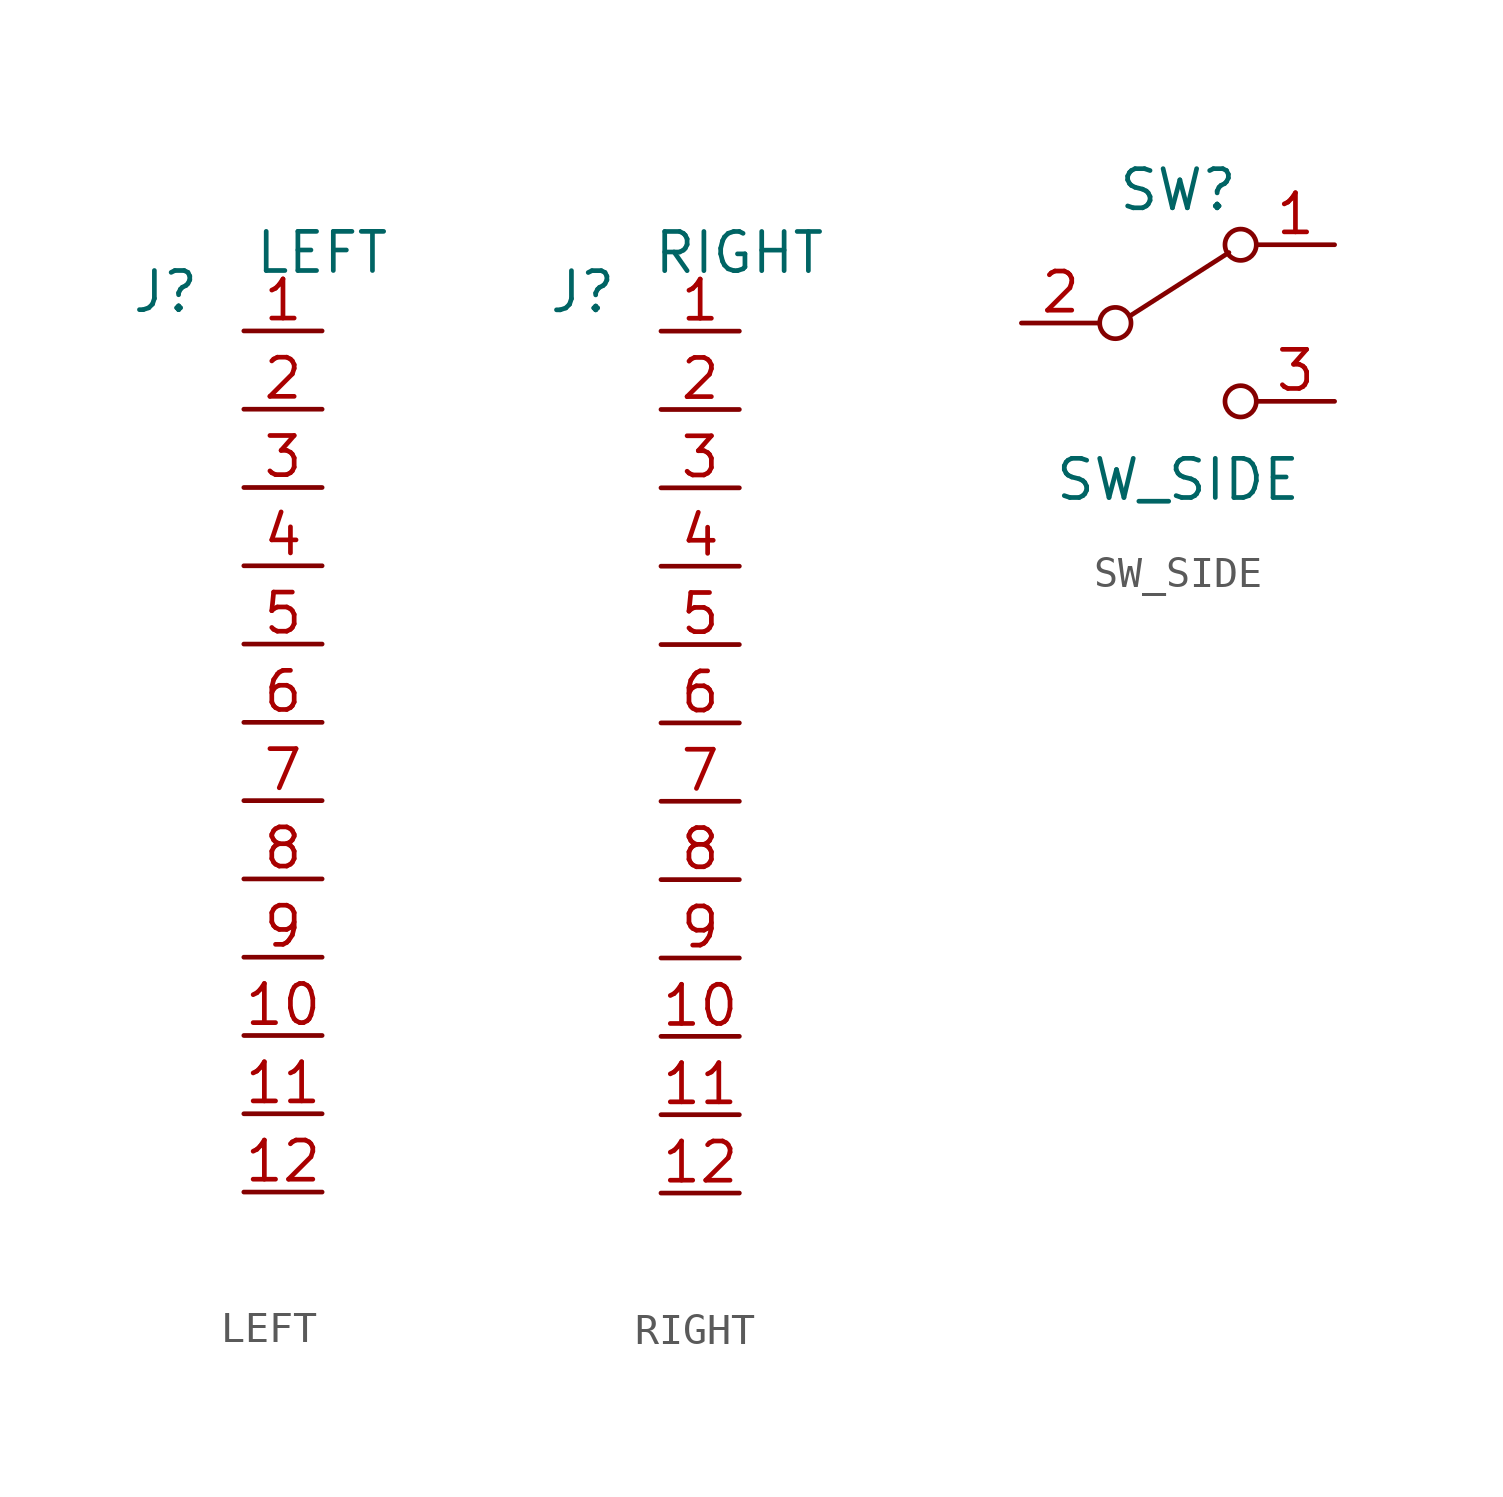
<source format=kicad_sym>
(kicad_symbol_lib
  (version 20220914)
  (generator kicad_symbol_editor)
  (symbol "LEFT"
    (property "Reference" "J"
      (at -5.08 15.24 0)
      (effects (font (size 1.27 1.27))))
    (property "Value" "LEFT"
      (at 0 16.51 0)
      (effects (font (size 1.27 1.27))))
    (symbol "LEFT_1_1"
      (pin input line (at 0 13.97 180) (length 2.54) (name "" (effects (font (size 1.27 1.27)))) (number "1" (effects (font (size 1.27 1.27)))))
      (pin input line (at 0 -8.89 180) (length 2.54) (name "" (effects (font (size 1.27 1.27)))) (number "10" (effects (font (size 1.27 1.27)))))
      (pin input line (at 0 -11.43 180) (length 2.54) (name "" (effects (font (size 1.27 1.27)))) (number "11" (effects (font (size 1.27 1.27)))))
      (pin input line (at 0 -13.97 180) (length 2.54) (name "" (effects (font (size 1.27 1.27)))) (number "12" (effects (font (size 1.27 1.27)))))
      (pin input line (at 0 11.43 180) (length 2.54) (name "" (effects (font (size 1.27 1.27)))) (number "2" (effects (font (size 1.27 1.27)))))
      (pin input line (at 0 8.89 180) (length 2.54) (name "" (effects (font (size 1.27 1.27)))) (number "3" (effects (font (size 1.27 1.27)))))
      (pin input line (at 0 6.35 180) (length 2.54) (name "" (effects (font (size 1.27 1.27)))) (number "4" (effects (font (size 1.27 1.27)))))
      (pin input line (at 0 3.81 180) (length 2.54) (name "" (effects (font (size 1.27 1.27)))) (number "5" (effects (font (size 1.27 1.27)))))
      (pin input line (at 0 1.27 180) (length 2.54) (name "" (effects (font (size 1.27 1.27)))) (number "6" (effects (font (size 1.27 1.27)))))
      (pin input line (at 0 -1.27 180) (length 2.54) (name "" (effects (font (size 1.27 1.27)))) (number "7" (effects (font (size 1.27 1.27)))))
      (pin input line (at 0 -3.81 180) (length 2.54) (name "" (effects (font (size 1.27 1.27)))) (number "8" (effects (font (size 1.27 1.27)))))
      (pin input line (at 0 -6.35 180) (length 2.54) (name "" (effects (font (size 1.27 1.27)))) (number "9" (effects (font (size 1.27 1.27)))))))
  (symbol "RIGHT"
    (property "Reference" "J"
      (at -5.08 15.24 0)
      (effects (font (size 1.27 1.27))))
    (property "Value" "RIGHT"
      (at 0 16.51 0)
      (effects (font (size 1.27 1.27))))
    (symbol "RIGHT_1_1"
      (pin input line (at 0 13.97 180) (length 2.54) (name "" (effects (font (size 1.27 1.27)))) (number "1" (effects (font (size 1.27 1.27)))))
      (pin input line (at 0 -8.89 180) (length 2.54) (name "" (effects (font (size 1.27 1.27)))) (number "10" (effects (font (size 1.27 1.27)))))
      (pin input line (at 0 -11.43 180) (length 2.54) (name "" (effects (font (size 1.27 1.27)))) (number "11" (effects (font (size 1.27 1.27)))))
      (pin input line (at 0 -13.97 180) (length 2.54) (name "" (effects (font (size 1.27 1.27)))) (number "12" (effects (font (size 1.27 1.27)))))
      (pin input line (at 0 11.43 180) (length 2.54) (name "" (effects (font (size 1.27 1.27)))) (number "2" (effects (font (size 1.27 1.27)))))
      (pin input line (at 0 8.89 180) (length 2.54) (name "" (effects (font (size 1.27 1.27)))) (number "3" (effects (font (size 1.27 1.27)))))
      (pin input line (at 0 6.35 180) (length 2.54) (name "" (effects (font (size 1.27 1.27)))) (number "4" (effects (font (size 1.27 1.27)))))
      (pin input line (at 0 3.81 180) (length 2.54) (name "" (effects (font (size 1.27 1.27)))) (number "5" (effects (font (size 1.27 1.27)))))
      (pin input line (at 0 1.27 180) (length 2.54) (name "" (effects (font (size 1.27 1.27)))) (number "6" (effects (font (size 1.27 1.27)))))
      (pin input line (at 0 -1.27 180) (length 2.54) (name "" (effects (font (size 1.27 1.27)))) (number "7" (effects (font (size 1.27 1.27)))))
      (pin input line (at 0 -3.81 180) (length 2.54) (name "" (effects (font (size 1.27 1.27)))) (number "8" (effects (font (size 1.27 1.27)))))
      (pin input line (at 0 -6.35 180) (length 2.54) (name "" (effects (font (size 1.27 1.27)))) (number "9" (effects (font (size 1.27 1.27)))))))
  (symbol "SW_SIDE"
    (pin_names
      (offset 0) hide)
    (property "Reference" "SW"
      (at 0 4.318 0)
      (effects (font (size 1.27 1.27))))
    (property "Value" "SW_SIDE"
      (at 0 -5.08 0)
      (effects (font (size 1.27 1.27))))
    (symbol "SW_SIDE_0_0"
      (circle (center -2.032 0) (radius 0.508) (stroke (width 0) (type default)) (fill (type none)))
      (circle (center 2.032 -2.54) (radius 0.508) (stroke (width 0) (type default)) (fill (type none))))
    (symbol "SW_SIDE_0_1"
      (polyline (pts (xy -1.524 0.254) (xy 1.651 2.286)) (stroke (width 0) (type default)) (fill (type none)))
      (circle (center 2.032 2.54) (radius 0.508) (stroke (width 0) (type default)) (fill (type none))))
    (symbol "SW_SIDE_1_1"
      (pin passive line (at 5.08 2.54 180) (length 2.54) (name "A" (effects (font (size 1.27 1.27)))) (number "1" (effects (font (size 1.27 1.27)))))
      (pin passive line (at -5.08 0 0) (length 2.54) (name "B" (effects (font (size 1.27 1.27)))) (number "2" (effects (font (size 1.27 1.27)))))
      (pin passive line (at 5.08 -2.54 180) (length 2.54) (name "C" (effects (font (size 1.27 1.27)))) (number "3" (effects (font (size 1.27 1.27))))))))
</source>
